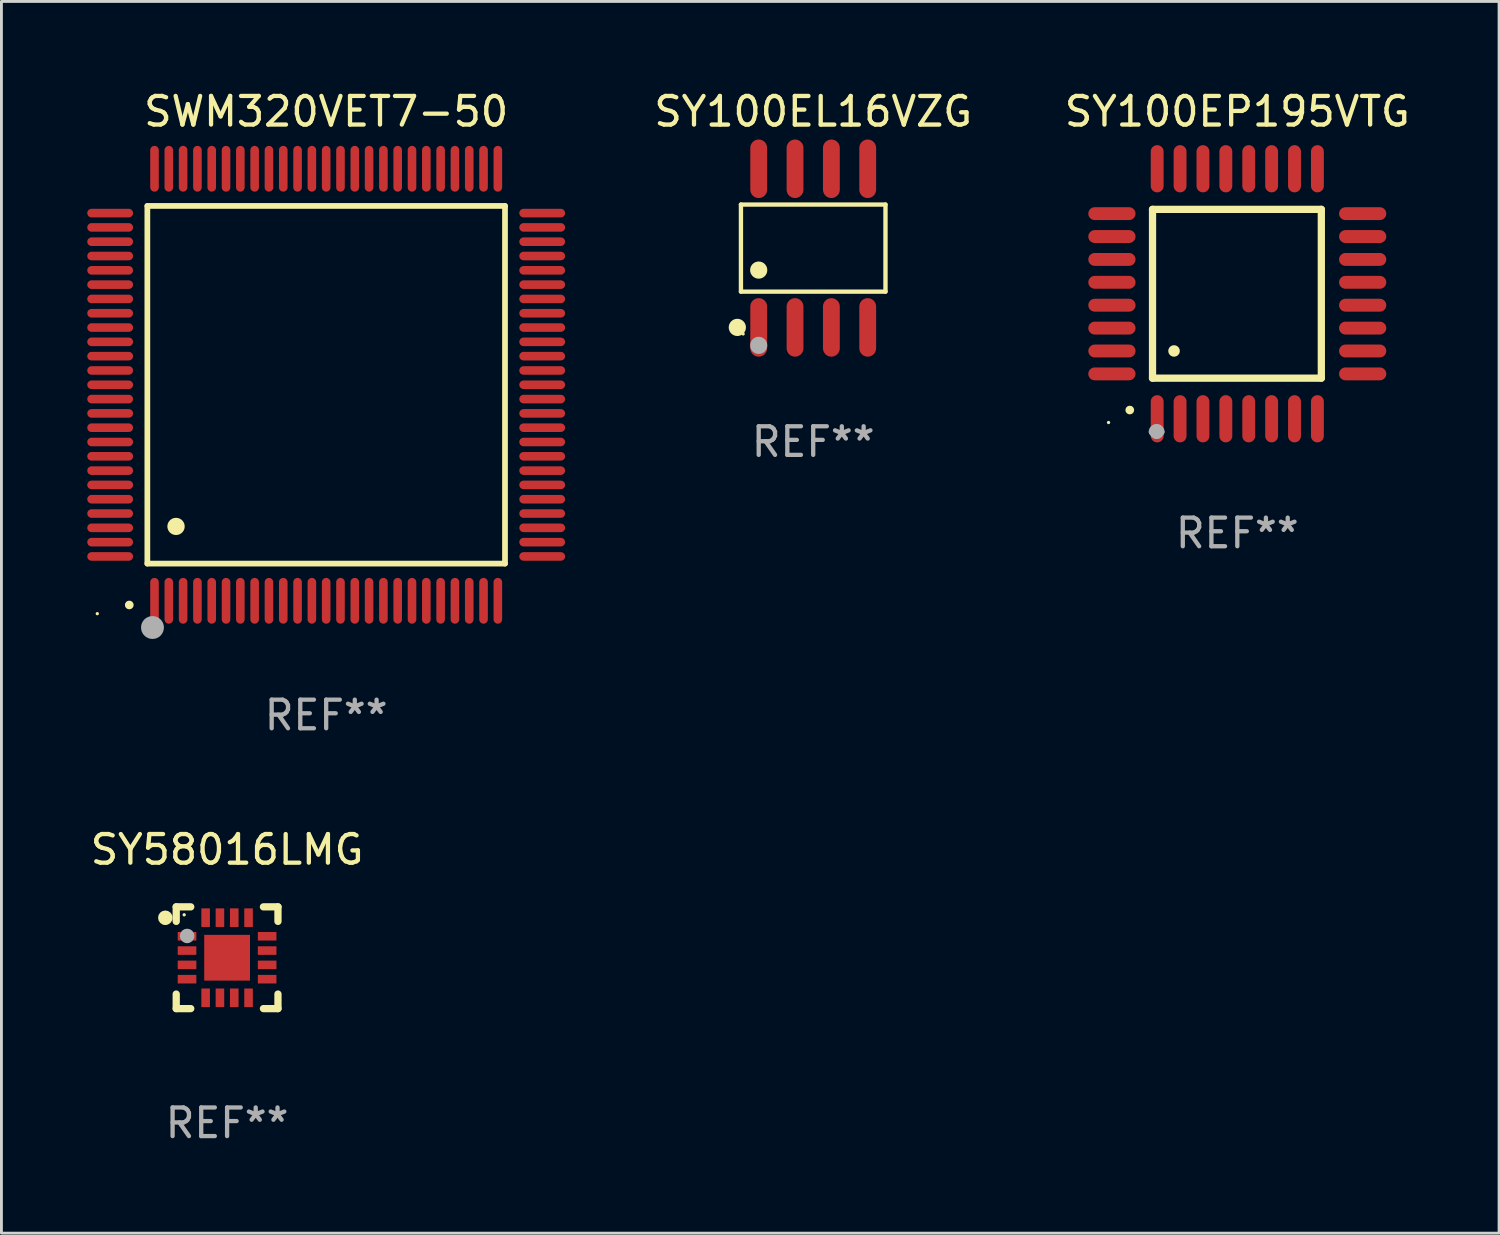
<source format=kicad_pcb>
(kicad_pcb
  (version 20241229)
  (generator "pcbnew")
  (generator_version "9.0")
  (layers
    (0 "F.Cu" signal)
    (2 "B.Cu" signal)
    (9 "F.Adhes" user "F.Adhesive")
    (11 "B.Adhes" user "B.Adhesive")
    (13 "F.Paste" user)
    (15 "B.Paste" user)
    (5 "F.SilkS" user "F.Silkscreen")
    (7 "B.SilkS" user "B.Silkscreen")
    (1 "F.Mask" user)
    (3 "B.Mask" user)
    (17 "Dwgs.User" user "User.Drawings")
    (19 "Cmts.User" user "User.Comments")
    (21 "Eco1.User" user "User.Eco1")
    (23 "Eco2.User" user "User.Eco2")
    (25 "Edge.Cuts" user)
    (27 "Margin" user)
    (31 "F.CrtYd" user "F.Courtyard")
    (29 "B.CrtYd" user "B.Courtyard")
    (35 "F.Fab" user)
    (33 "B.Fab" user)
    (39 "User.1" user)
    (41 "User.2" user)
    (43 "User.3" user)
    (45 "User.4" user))
  (footprint "SY100EP195VTG"
    (layer "F.Cu")
    (at 40.194 7.217)
    (property "Reference" "SY100EP195VTG" (at 0 -6.369 0) (layer "F.SilkS") (effects (font (size 1 1) (thickness 0.15))))
    (attr through_hole)
    (fp_line (start -2.963 -2.95) (end -2.963 2.95) (stroke (width 0.254) (type solid)) (layer "F.SilkS"))
    (fp_line (start -2.963 2.95) (end 2.937 2.95) (stroke (width 0.254) (type solid)) (layer "F.SilkS"))
    (fp_line (start 2.937 -2.95) (end -2.963 -2.95) (stroke (width 0.254) (type solid)) (layer "F.SilkS"))
    (fp_line (start 2.937 2.95) (end 2.937 -2.95) (stroke (width 0.254) (type solid)) (layer "F.SilkS"))
    (fp_arc (start -3.759208 4.064008) (mid -3.757938 4.064003) (end -3.756668 4.064008) (stroke (width 0.3) (type solid)) (layer "F.SilkS"))
    (fp_arc (start -2.212344 1.998984) (mid -2.211074 1.99898) (end -2.209804 1.998984) (stroke (width 0.4) (type solid)) (layer "F.SilkS"))
    (fp_circle (center -4.5 4.5) (end -4.47 4.5) (stroke (width 0.06) (type solid)) (fill no) (layer "F.SilkS"))
    (fp_arc (start -2.967489 4.82601) (mid -2.819406 4.677927) (end -2.671323 4.82601) (stroke (width 0.254001) (type solid)) (layer "F.Fab"))
    (fp_arc (start -2.967488 4.82601) (mid -2.819406 4.791053) (end -2.671324 4.82601) (stroke (width 0.254001) (type solid)) (layer "F.Fab"))
    (fp_circle (center -2.819 4.826) (end -2.692 4.826) (stroke (width 0.254) (type solid)) (fill no) (layer "F.Fab"))
    (fp_text user "REF**" (at 0 8.369 0) (layer "F.Fab") (effects (font (size 1 1) (thickness 0.15))))
    (pad "1" smd oval (at -2.8 4.369) (size 0.45 1.65) (layers "F.Cu" "F.Mask" "F.Paste"))
    (pad "2" smd oval (at -2 4.369) (size 0.45 1.65) (layers "F.Cu" "F.Mask" "F.Paste"))
    (pad "3" smd oval (at -1.2 4.369) (size 0.45 1.65) (layers "F.Cu" "F.Mask" "F.Paste"))
    (pad "4" smd oval (at -0.4 4.369) (size 0.45 1.65) (layers "F.Cu" "F.Mask" "F.Paste"))
    (pad "5" smd oval (at 0.4 4.369) (size 0.45 1.65) (layers "F.Cu" "F.Mask" "F.Paste"))
    (pad "6" smd oval (at 1.2 4.369) (size 0.45 1.65) (layers "F.Cu" "F.Mask" "F.Paste"))
    (pad "7" smd oval (at 2 4.369) (size 0.45 1.65) (layers "F.Cu" "F.Mask" "F.Paste"))
    (pad "8" smd oval (at 2.8 4.369) (size 0.45 1.65) (layers "F.Cu" "F.Mask" "F.Paste"))
    (pad "9" smd oval (at 4.382 2.8) (size 1.65 0.45) (layers "F.Cu" "F.Mask" "F.Paste"))
    (pad "10" smd oval (at 4.382 2) (size 1.65 0.45) (layers "F.Cu" "F.Mask" "F.Paste"))
    (pad "11" smd oval (at 4.382 1.2) (size 1.65 0.45) (layers "F.Cu" "F.Mask" "F.Paste"))
    (pad "12" smd oval (at 4.382 0.4) (size 1.65 0.45) (layers "F.Cu" "F.Mask" "F.Paste"))
    (pad "13" smd oval (at 4.382 -0.4) (size 1.65 0.45) (layers "F.Cu" "F.Mask" "F.Paste"))
    (pad "14" smd oval (at 4.382 -1.2) (size 1.65 0.45) (layers "F.Cu" "F.Mask" "F.Paste"))
    (pad "15" smd oval (at 4.382 -2) (size 1.65 0.45) (layers "F.Cu" "F.Mask" "F.Paste"))
    (pad "16" smd oval (at 4.382 -2.8) (size 1.65 0.45) (layers "F.Cu" "F.Mask" "F.Paste"))
    (pad "17" smd oval (at 2.8 -4.369) (size 0.45 1.65) (layers "F.Cu" "F.Mask" "F.Paste"))
    (pad "18" smd oval (at 2 -4.369) (size 0.45 1.65) (layers "F.Cu" "F.Mask" "F.Paste"))
    (pad "19" smd oval (at 1.2 -4.369) (size 0.45 1.65) (layers "F.Cu" "F.Mask" "F.Paste"))
    (pad "20" smd oval (at 0.4 -4.369) (size 0.45 1.65) (layers "F.Cu" "F.Mask" "F.Paste"))
    (pad "21" smd oval (at -0.4 -4.369) (size 0.45 1.65) (layers "F.Cu" "F.Mask" "F.Paste"))
    (pad "22" smd oval (at -1.2 -4.369) (size 0.45 1.65) (layers "F.Cu" "F.Mask" "F.Paste"))
    (pad "23" smd oval (at -2 -4.369) (size 0.45 1.65) (layers "F.Cu" "F.Mask" "F.Paste"))
    (pad "24" smd oval (at -2.8 -4.369) (size 0.45 1.65) (layers "F.Cu" "F.Mask" "F.Paste"))
    (pad "25" smd oval (at -4.382 -2.8) (size 1.65 0.45) (layers "F.Cu" "F.Mask" "F.Paste"))
    (pad "26" smd oval (at -4.382 -2) (size 1.65 0.45) (layers "F.Cu" "F.Mask" "F.Paste"))
    (pad "27" smd oval (at -4.382 -1.2) (size 1.65 0.45) (layers "F.Cu" "F.Mask" "F.Paste"))
    (pad "28" smd oval (at -4.382 -0.4) (size 1.65 0.45) (layers "F.Cu" "F.Mask" "F.Paste"))
    (pad "29" smd oval (at -4.382 0.4) (size 1.65 0.45) (layers "F.Cu" "F.Mask" "F.Paste"))
    (pad "30" smd oval (at -4.382 1.2) (size 1.65 0.45) (layers "F.Cu" "F.Mask" "F.Paste"))
    (pad "31" smd oval (at -4.382 2) (size 1.65 0.45) (layers "F.Cu" "F.Mask" "F.Paste"))
    (pad "32" smd oval (at -4.382 2.8) (size 1.65 0.45) (layers "F.Cu" "F.Mask" "F.Paste")))
  (footprint "SY58016LMG"
    (layer "F.Cu")
    (at 4.887 30.423)
    (property "Reference" "SY58016LMG" (at 0 -3.778 0) (layer "F.SilkS") (effects (font (size 1 1) (thickness 0.15))))
    (attr through_hole)
    (fp_line (start -1.778 -1.778) (end -1.778 -1.27) (stroke (width 0.254) (type solid)) (layer "F.SilkS"))
    (fp_line (start -1.778 1.27) (end -1.778 1.778) (stroke (width 0.254) (type solid)) (layer "F.SilkS"))
    (fp_line (start -1.778 1.778) (end -1.27 1.778) (stroke (width 0.254) (type solid)) (layer "F.SilkS"))
    (fp_line (start -1.27 -1.778) (end -1.778 -1.778) (stroke (width 0.254) (type solid)) (layer "F.SilkS"))
    (fp_line (start 1.27 -1.778) (end 1.778 -1.778) (stroke (width 0.254) (type solid)) (layer "F.SilkS"))
    (fp_line (start 1.27 1.778) (end 1.778 1.778) (stroke (width 0.254) (type solid)) (layer "F.SilkS"))
    (fp_line (start 1.778 -1.778) (end 1.778 -1.27) (stroke (width 0.254) (type solid)) (layer "F.SilkS"))
    (fp_line (start 1.778 1.778) (end 1.778 1.27) (stroke (width 0.254) (type solid)) (layer "F.SilkS"))
    (fp_circle (center -2.159 -1.397) (end -2.032 -1.397) (stroke (width 0.254) (type solid)) (fill no) (layer "F.SilkS"))
    (fp_circle (center -1.5 -1.5) (end -1.47 -1.5) (stroke (width 0.06) (type solid)) (fill no) (layer "F.SilkS"))
    (fp_circle (center -1.397 -0.762) (end -1.27 -0.762) (stroke (width 0.254) (type solid)) (fill no) (layer "F.Fab"))
    (fp_text user "REF**" (at 0 5.778 0) (layer "F.Fab") (effects (font (size 1 1) (thickness 0.15))))
    (pad "1" smd rect (at -1.4 -0.75 90) (size 0.3 0.65) (layers "F.Cu" "F.Mask" "F.Paste"))
    (pad "2" smd rect (at -1.4 -0.25 90) (size 0.3 0.65) (layers "F.Cu" "F.Mask" "F.Paste"))
    (pad "3" smd rect (at -1.4 0.25 90) (size 0.3 0.65) (layers "F.Cu" "F.Mask" "F.Paste"))
    (pad "4" smd rect (at -1.4 0.75 90) (size 0.3 0.65) (layers "F.Cu" "F.Mask" "F.Paste"))
    (pad "5" smd rect (at -0.75 1.4 180) (size 0.3 0.65) (layers "F.Cu" "F.Mask" "F.Paste"))
    (pad "6" smd rect (at -0.25 1.4 180) (size 0.3 0.65) (layers "F.Cu" "F.Mask" "F.Paste"))
    (pad "7" smd rect (at 0.25 1.4 180) (size 0.3 0.65) (layers "F.Cu" "F.Mask" "F.Paste"))
    (pad "8" smd rect (at 0.75 1.4 180) (size 0.3 0.65) (layers "F.Cu" "F.Mask" "F.Paste"))
    (pad "9" smd rect (at 1.4 0.75 270) (size 0.3 0.65) (layers "F.Cu" "F.Mask" "F.Paste"))
    (pad "10" smd rect (at 1.4 0.25 270) (size 0.3 0.65) (layers "F.Cu" "F.Mask" "F.Paste"))
    (pad "11" smd rect (at 1.4 -0.25 270) (size 0.3 0.65) (layers "F.Cu" "F.Mask" "F.Paste"))
    (pad "12" smd rect (at 1.4 -0.75 270) (size 0.3 0.65) (layers "F.Cu" "F.Mask" "F.Paste"))
    (pad "13" smd rect (at 0.75 -1.4) (size 0.3 0.65) (layers "F.Cu" "F.Mask" "F.Paste"))
    (pad "14" smd rect (at 0.25 -1.4) (size 0.3 0.65) (layers "F.Cu" "F.Mask" "F.Paste"))
    (pad "15" smd rect (at -0.25 -1.4) (size 0.3 0.65) (layers "F.Cu" "F.Mask" "F.Paste"))
    (pad "16" smd rect (at -0.75 -1.4) (size 0.3 0.65) (layers "F.Cu" "F.Mask" "F.Paste"))
    (pad "17" smd rect (at 0.000076 0.000025) (size 1.6 1.6) (layers "F.Cu" "F.Mask" "F.Paste")))
  (footprint "SWM320VET7-50"
    (layer "F.Cu")
    (at 8.35 10.398)
    (property "Reference" "SWM320VET7-50" (at 0 -9.55 0) (layer "F.SilkS") (effects (font (size 1 1) (thickness 0.15))))
    (attr through_hole)
    (fp_line (start -6.25 -6.25) (end -6.25 6.25) (stroke (width 0.2) (type solid)) (layer "F.SilkS"))
    (fp_line (start -6.25 6.25) (end 6.25 6.25) (stroke (width 0.2) (type solid)) (layer "F.SilkS"))
    (fp_line (start 6.25 -6.25) (end -6.25 -6.25) (stroke (width 0.2) (type solid)) (layer "F.SilkS"))
    (fp_line (start 6.25 6.25) (end 6.25 -6.25) (stroke (width 0.2) (type solid)) (layer "F.SilkS"))
    (fp_arc (start -6.883414 7.696215) (mid -6.882144 7.69621) (end -6.880874 7.696215) (stroke (width 0.3) (type solid)) (layer "F.SilkS"))
    (fp_arc (start -5.250191 4.95047) (mid -5.247651 4.950459) (end -5.245111 4.95047) (stroke (width 0.6) (type solid)) (layer "F.SilkS"))
    (fp_circle (center -8 8) (end -7.97 8) (stroke (width 0.06) (type solid)) (fill no) (layer "F.SilkS"))
    (fp_circle (center -6.071 8.484) (end -5.871 8.484) (stroke (width 0.4) (type solid)) (fill no) (layer "F.Fab"))
    (fp_text user "REF**" (at 0 11.55 0) (layer "F.Fab") (effects (font (size 1 1) (thickness 0.15))))
    (pad "1" smd oval (at -6 7.55) (size 0.3 1.6) (layers "F.Cu" "F.Mask" "F.Paste"))
    (pad "2" smd oval (at -5.5 7.55) (size 0.3 1.6) (layers "F.Cu" "F.Mask" "F.Paste"))
    (pad "3" smd oval (at -5 7.55) (size 0.3 1.6) (layers "F.Cu" "F.Mask" "F.Paste"))
    (pad "4" smd oval (at -4.5 7.55) (size 0.3 1.6) (layers "F.Cu" "F.Mask" "F.Paste"))
    (pad "5" smd oval (at -4 7.55) (size 0.3 1.6) (layers "F.Cu" "F.Mask" "F.Paste"))
    (pad "6" smd oval (at -3.5 7.55) (size 0.3 1.6) (layers "F.Cu" "F.Mask" "F.Paste"))
    (pad "7" smd oval (at -3 7.55) (size 0.3 1.6) (layers "F.Cu" "F.Mask" "F.Paste"))
    (pad "8" smd oval (at -2.5 7.55) (size 0.3 1.6) (layers "F.Cu" "F.Mask" "F.Paste"))
    (pad "9" smd oval (at -2 7.55) (size 0.3 1.6) (layers "F.Cu" "F.Mask" "F.Paste"))
    (pad "10" smd oval (at -1.5 7.55) (size 0.3 1.6) (layers "F.Cu" "F.Mask" "F.Paste"))
    (pad "11" smd oval (at -1 7.55) (size 0.3 1.6) (layers "F.Cu" "F.Mask" "F.Paste"))
    (pad "12" smd oval (at -0.5 7.55) (size 0.3 1.6) (layers "F.Cu" "F.Mask" "F.Paste"))
    (pad "13" smd oval (at 0 7.55) (size 0.3 1.6) (layers "F.Cu" "F.Mask" "F.Paste"))
    (pad "14" smd oval (at 0.5 7.55) (size 0.3 1.6) (layers "F.Cu" "F.Mask" "F.Paste"))
    (pad "15" smd oval (at 1 7.55) (size 0.3 1.6) (layers "F.Cu" "F.Mask" "F.Paste"))
    (pad "16" smd oval (at 1.5 7.55) (size 0.3 1.6) (layers "F.Cu" "F.Mask" "F.Paste"))
    (pad "17" smd oval (at 2 7.55) (size 0.3 1.6) (layers "F.Cu" "F.Mask" "F.Paste"))
    (pad "18" smd oval (at 2.5 7.55) (size 0.3 1.6) (layers "F.Cu" "F.Mask" "F.Paste"))
    (pad "19" smd oval (at 3 7.55) (size 0.3 1.6) (layers "F.Cu" "F.Mask" "F.Paste"))
    (pad "20" smd oval (at 3.5 7.55) (size 0.3 1.6) (layers "F.Cu" "F.Mask" "F.Paste"))
    (pad "21" smd oval (at 4 7.55) (size 0.3 1.6) (layers "F.Cu" "F.Mask" "F.Paste"))
    (pad "22" smd oval (at 4.5 7.55) (size 0.3 1.6) (layers "F.Cu" "F.Mask" "F.Paste"))
    (pad "23" smd oval (at 5 7.55) (size 0.3 1.6) (layers "F.Cu" "F.Mask" "F.Paste"))
    (pad "24" smd oval (at 5.5 7.55) (size 0.3 1.6) (layers "F.Cu" "F.Mask" "F.Paste"))
    (pad "25" smd oval (at 6 7.55) (size 0.3 1.6) (layers "F.Cu" "F.Mask" "F.Paste"))
    (pad "26" smd oval (at 7.55 6) (size 1.6 0.3) (layers "F.Cu" "F.Mask" "F.Paste"))
    (pad "27" smd oval (at 7.55 5.5) (size 1.6 0.3) (layers "F.Cu" "F.Mask" "F.Paste"))
    (pad "28" smd oval (at 7.55 5) (size 1.6 0.3) (layers "F.Cu" "F.Mask" "F.Paste"))
    (pad "29" smd oval (at 7.55 4.5) (size 1.6 0.3) (layers "F.Cu" "F.Mask" "F.Paste"))
    (pad "30" smd oval (at 7.55 4) (size 1.6 0.3) (layers "F.Cu" "F.Mask" "F.Paste"))
    (pad "31" smd oval (at 7.55 3.5) (size 1.6 0.3) (layers "F.Cu" "F.Mask" "F.Paste"))
    (pad "32" smd oval (at 7.55 3) (size 1.6 0.3) (layers "F.Cu" "F.Mask" "F.Paste"))
    (pad "33" smd oval (at 7.55 2.5) (size 1.6 0.3) (layers "F.Cu" "F.Mask" "F.Paste"))
    (pad "34" smd oval (at 7.55 2) (size 1.6 0.3) (layers "F.Cu" "F.Mask" "F.Paste"))
    (pad "35" smd oval (at 7.55 1.5) (size 1.6 0.3) (layers "F.Cu" "F.Mask" "F.Paste"))
    (pad "36" smd oval (at 7.55 1) (size 1.6 0.3) (layers "F.Cu" "F.Mask" "F.Paste"))
    (pad "37" smd oval (at 7.55 0.5) (size 1.6 0.3) (layers "F.Cu" "F.Mask" "F.Paste"))
    (pad "38" smd oval (at 7.55 0) (size 1.6 0.3) (layers "F.Cu" "F.Mask" "F.Paste"))
    (pad "39" smd oval (at 7.55 -0.5) (size 1.6 0.3) (layers "F.Cu" "F.Mask" "F.Paste"))
    (pad "40" smd oval (at 7.55 -1) (size 1.6 0.3) (layers "F.Cu" "F.Mask" "F.Paste"))
    (pad "41" smd oval (at 7.55 -1.5) (size 1.6 0.3) (layers "F.Cu" "F.Mask" "F.Paste"))
    (pad "42" smd oval (at 7.55 -2) (size 1.6 0.3) (layers "F.Cu" "F.Mask" "F.Paste"))
    (pad "43" smd oval (at 7.55 -2.5) (size 1.6 0.3) (layers "F.Cu" "F.Mask" "F.Paste"))
    (pad "44" smd oval (at 7.55 -3) (size 1.6 0.3) (layers "F.Cu" "F.Mask" "F.Paste"))
    (pad "45" smd oval (at 7.55 -3.5) (size 1.6 0.3) (layers "F.Cu" "F.Mask" "F.Paste"))
    (pad "46" smd oval (at 7.55 -4) (size 1.6 0.3) (layers "F.Cu" "F.Mask" "F.Paste"))
    (pad "47" smd oval (at 7.55 -4.5) (size 1.6 0.3) (layers "F.Cu" "F.Mask" "F.Paste"))
    (pad "48" smd oval (at 7.55 -5) (size 1.6 0.3) (layers "F.Cu" "F.Mask" "F.Paste"))
    (pad "49" smd oval (at 7.55 -5.5) (size 1.6 0.3) (layers "F.Cu" "F.Mask" "F.Paste"))
    (pad "50" smd oval (at 7.55 -6) (size 1.6 0.3) (layers "F.Cu" "F.Mask" "F.Paste"))
    (pad "51" smd oval (at 6 -7.55) (size 0.3 1.6) (layers "F.Cu" "F.Mask" "F.Paste"))
    (pad "52" smd oval (at 5.5 -7.55) (size 0.3 1.6) (layers "F.Cu" "F.Mask" "F.Paste"))
    (pad "53" smd oval (at 5 -7.55) (size 0.3 1.6) (layers "F.Cu" "F.Mask" "F.Paste"))
    (pad "54" smd oval (at 4.5 -7.55) (size 0.3 1.6) (layers "F.Cu" "F.Mask" "F.Paste"))
    (pad "55" smd oval (at 4 -7.55) (size 0.3 1.6) (layers "F.Cu" "F.Mask" "F.Paste"))
    (pad "56" smd oval (at 3.5 -7.55) (size 0.3 1.6) (layers "F.Cu" "F.Mask" "F.Paste"))
    (pad "57" smd oval (at 3 -7.55) (size 0.3 1.6) (layers "F.Cu" "F.Mask" "F.Paste"))
    (pad "58" smd oval (at 2.5 -7.55) (size 0.3 1.6) (layers "F.Cu" "F.Mask" "F.Paste"))
    (pad "59" smd oval (at 2 -7.55) (size 0.3 1.6) (layers "F.Cu" "F.Mask" "F.Paste"))
    (pad "60" smd oval (at 1.5 -7.55) (size 0.3 1.6) (layers "F.Cu" "F.Mask" "F.Paste"))
    (pad "61" smd oval (at 1 -7.55) (size 0.3 1.6) (layers "F.Cu" "F.Mask" "F.Paste"))
    (pad "62" smd oval (at 0.5 -7.55) (size 0.3 1.6) (layers "F.Cu" "F.Mask" "F.Paste"))
    (pad "63" smd oval (at 0 -7.55) (size 0.3 1.6) (layers "F.Cu" "F.Mask" "F.Paste"))
    (pad "64" smd oval (at -0.5 -7.55) (size 0.3 1.6) (layers "F.Cu" "F.Mask" "F.Paste"))
    (pad "65" smd oval (at -1 -7.55) (size 0.3 1.6) (layers "F.Cu" "F.Mask" "F.Paste"))
    (pad "66" smd oval (at -1.5 -7.55) (size 0.3 1.6) (layers "F.Cu" "F.Mask" "F.Paste"))
    (pad "67" smd oval (at -2 -7.55) (size 0.3 1.6) (layers "F.Cu" "F.Mask" "F.Paste"))
    (pad "68" smd oval (at -2.5 -7.55) (size 0.3 1.6) (layers "F.Cu" "F.Mask" "F.Paste"))
    (pad "69" smd oval (at -3 -7.55) (size 0.3 1.6) (layers "F.Cu" "F.Mask" "F.Paste"))
    (pad "70" smd oval (at -3.5 -7.55) (size 0.3 1.6) (layers "F.Cu" "F.Mask" "F.Paste"))
    (pad "71" smd oval (at -4 -7.55) (size 0.3 1.6) (layers "F.Cu" "F.Mask" "F.Paste"))
    (pad "72" smd oval (at -4.5 -7.55) (size 0.3 1.6) (layers "F.Cu" "F.Mask" "F.Paste"))
    (pad "73" smd oval (at -5 -7.55) (size 0.3 1.6) (layers "F.Cu" "F.Mask" "F.Paste"))
    (pad "74" smd oval (at -5.5 -7.55) (size 0.3 1.6) (layers "F.Cu" "F.Mask" "F.Paste"))
    (pad "75" smd oval (at -6 -7.55) (size 0.3 1.6) (layers "F.Cu" "F.Mask" "F.Paste"))
    (pad "76" smd oval (at -7.55 -6) (size 1.6 0.3) (layers "F.Cu" "F.Mask" "F.Paste"))
    (pad "77" smd oval (at -7.55 -5.5) (size 1.6 0.3) (layers "F.Cu" "F.Mask" "F.Paste"))
    (pad "78" smd oval (at -7.55 -5) (size 1.6 0.3) (layers "F.Cu" "F.Mask" "F.Paste"))
    (pad "79" smd oval (at -7.55 -4.5) (size 1.6 0.3) (layers "F.Cu" "F.Mask" "F.Paste"))
    (pad "80" smd oval (at -7.55 -4) (size 1.6 0.3) (layers "F.Cu" "F.Mask" "F.Paste"))
    (pad "81" smd oval (at -7.55 -3.5) (size 1.6 0.3) (layers "F.Cu" "F.Mask" "F.Paste"))
    (pad "82" smd oval (at -7.55 -3) (size 1.6 0.3) (layers "F.Cu" "F.Mask" "F.Paste"))
    (pad "83" smd oval (at -7.55 -2.5) (size 1.6 0.3) (layers "F.Cu" "F.Mask" "F.Paste"))
    (pad "84" smd oval (at -7.55 -2) (size 1.6 0.3) (layers "F.Cu" "F.Mask" "F.Paste"))
    (pad "85" smd oval (at -7.55 -1.5) (size 1.6 0.3) (layers "F.Cu" "F.Mask" "F.Paste"))
    (pad "86" smd oval (at -7.55 -1) (size 1.6 0.3) (layers "F.Cu" "F.Mask" "F.Paste"))
    (pad "87" smd oval (at -7.55 -0.5) (size 1.6 0.3) (layers "F.Cu" "F.Mask" "F.Paste"))
    (pad "88" smd oval (at -7.55 0) (size 1.6 0.3) (layers "F.Cu" "F.Mask" "F.Paste"))
    (pad "89" smd oval (at -7.55 0.5) (size 1.6 0.3) (layers "F.Cu" "F.Mask" "F.Paste"))
    (pad "90" smd oval (at -7.55 1) (size 1.6 0.3) (layers "F.Cu" "F.Mask" "F.Paste"))
    (pad "91" smd oval (at -7.55 1.5) (size 1.6 0.3) (layers "F.Cu" "F.Mask" "F.Paste"))
    (pad "92" smd oval (at -7.55 2) (size 1.6 0.3) (layers "F.Cu" "F.Mask" "F.Paste"))
    (pad "93" smd oval (at -7.55 2.5) (size 1.6 0.3) (layers "F.Cu" "F.Mask" "F.Paste"))
    (pad "94" smd oval (at -7.55 3) (size 1.6 0.3) (layers "F.Cu" "F.Mask" "F.Paste"))
    (pad "95" smd oval (at -7.55 3.5) (size 1.6 0.3) (layers "F.Cu" "F.Mask" "F.Paste"))
    (pad "96" smd oval (at -7.55 4) (size 1.6 0.3) (layers "F.Cu" "F.Mask" "F.Paste"))
    (pad "97" smd oval (at -7.55 4.5) (size 1.6 0.3) (layers "F.Cu" "F.Mask" "F.Paste"))
    (pad "98" smd oval (at -7.55 5) (size 1.6 0.3) (layers "F.Cu" "F.Mask" "F.Paste"))
    (pad "99" smd oval (at -7.55 5.5) (size 1.6 0.3) (layers "F.Cu" "F.Mask" "F.Paste"))
    (pad "100" smd oval (at -7.55 6) (size 1.6 0.3) (layers "F.Cu" "F.Mask" "F.Paste")))
  (footprint "SY100EL16VZG"
    (layer "F.Cu")
    (at 25.372 5.621)
    (property "Reference" "SY100EL16VZG" (at 0 -4.772 0) (layer "F.SilkS") (effects (font (size 1 1) (thickness 0.15))))
    (attr through_hole)
    (fp_line (start -2.526 -1.521) (end 2.526 -1.521) (stroke (width 0.152) (type solid)) (layer "F.SilkS"))
    (fp_line (start -2.526 1.521) (end -2.526 -1.521) (stroke (width 0.152) (type solid)) (layer "F.SilkS"))
    (fp_line (start 2.526 -1.521) (end 2.526 1.521) (stroke (width 0.152) (type solid)) (layer "F.SilkS"))
    (fp_line (start 2.526 1.521) (end -2.526 1.521) (stroke (width 0.152) (type solid)) (layer "F.SilkS"))
    (fp_circle (center -2.652 2.772) (end -2.501 2.772) (stroke (width 0.3) (type solid)) (fill no) (layer "F.SilkS"))
    (fp_circle (center -2.45 3) (end -2.42 3) (stroke (width 0.06) (type solid)) (fill no) (layer "F.SilkS"))
    (fp_circle (center -1.905 0.769) (end -1.755 0.769) (stroke (width 0.3) (type solid)) (fill no) (layer "F.SilkS"))
    (fp_circle (center -1.905 3.4) (end -1.755 3.4) (stroke (width 0.3) (type solid)) (fill no) (layer "F.Fab"))
    (fp_text user "REF**" (at 0 6.772 0) (layer "F.Fab") (effects (font (size 1 1) (thickness 0.15))))
    (pad "1" smd oval (at -1.905 2.772) (size 0.588 2.045) (layers "F.Cu" "F.Mask" "F.Paste"))
    (pad "2" smd oval (at -0.635 2.772) (size 0.588 2.045) (layers "F.Cu" "F.Mask" "F.Paste"))
    (pad "3" smd oval (at 0.635 2.772) (size 0.588 2.045) (layers "F.Cu" "F.Mask" "F.Paste"))
    (pad "4" smd oval (at 1.905 2.772) (size 0.588 2.045) (layers "F.Cu" "F.Mask" "F.Paste"))
    (pad "5" smd oval (at 1.905 -2.772) (size 0.588 2.045) (layers "F.Cu" "F.Mask" "F.Paste"))
    (pad "6" smd oval (at 0.635 -2.772) (size 0.588 2.045) (layers "F.Cu" "F.Mask" "F.Paste"))
    (pad "7" smd oval (at -0.635 -2.772) (size 0.588 2.045) (layers "F.Cu" "F.Mask" "F.Paste"))
    (pad "8" smd oval (at -1.905 -2.772) (size 0.588 2.045) (layers "F.Cu" "F.Mask" "F.Paste")))
  (gr_rect
    (start -3 -3)
    (end 49.343 40.049)
    (stroke (width 0.1) (type default))
    (fill no)
    (layer "Edge.Cuts")))
</source>
